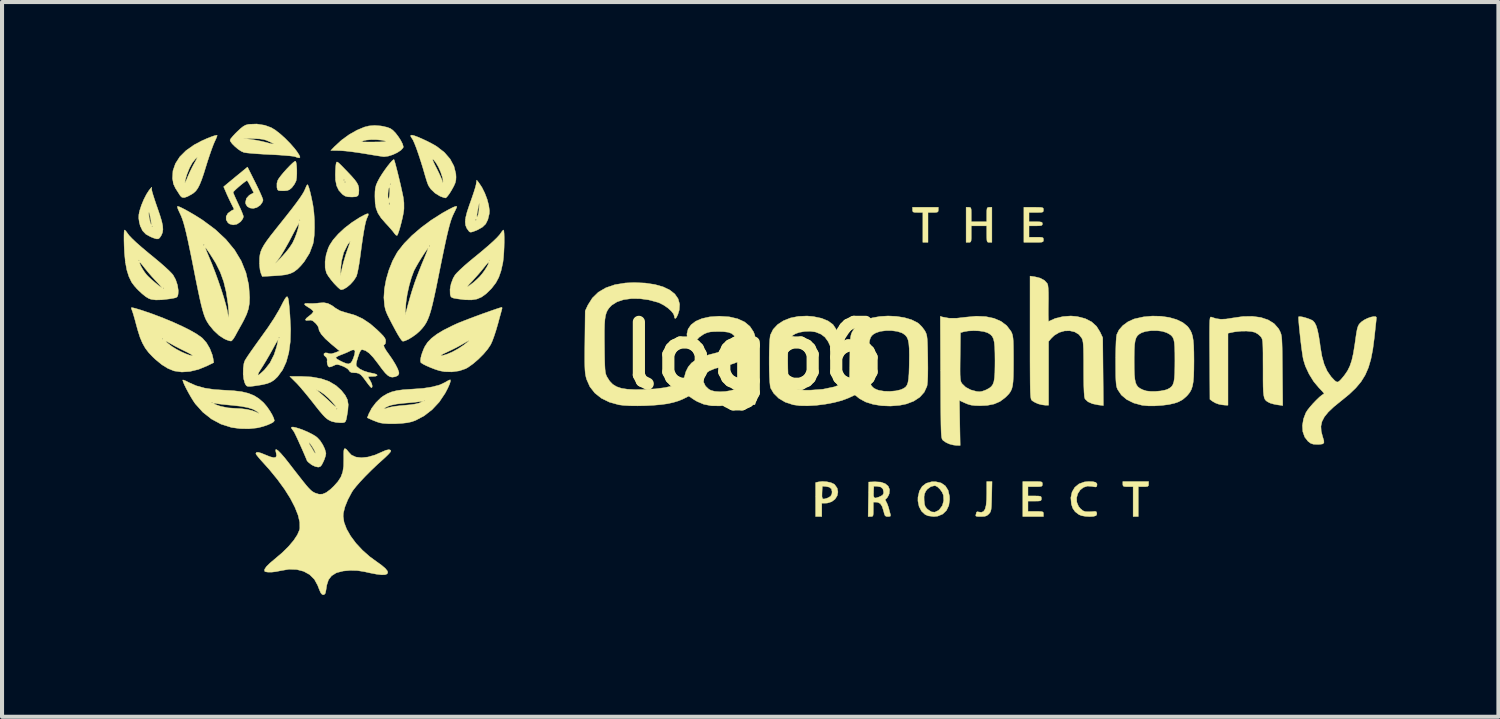
<source format=kicad_pcb>
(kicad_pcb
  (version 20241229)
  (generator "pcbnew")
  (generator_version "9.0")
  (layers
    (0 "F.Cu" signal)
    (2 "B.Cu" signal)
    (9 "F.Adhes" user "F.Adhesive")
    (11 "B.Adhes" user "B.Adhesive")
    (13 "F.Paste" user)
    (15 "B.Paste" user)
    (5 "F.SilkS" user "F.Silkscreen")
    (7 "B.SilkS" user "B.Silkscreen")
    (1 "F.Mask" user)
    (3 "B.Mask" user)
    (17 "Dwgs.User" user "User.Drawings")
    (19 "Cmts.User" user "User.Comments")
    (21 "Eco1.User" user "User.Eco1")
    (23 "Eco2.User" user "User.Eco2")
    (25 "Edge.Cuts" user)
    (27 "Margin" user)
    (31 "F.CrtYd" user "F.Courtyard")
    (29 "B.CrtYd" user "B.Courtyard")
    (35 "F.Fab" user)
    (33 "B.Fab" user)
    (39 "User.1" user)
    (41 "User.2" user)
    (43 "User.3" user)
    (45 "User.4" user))
  (footprint "logo6"
    (layer "F.Cu")
    (at 15.521 5.715)
    (property "Reference" "logo6" (at 0 0 0) (layer "F.SilkS") (effects (font (size 1.524 1.524) (thickness 0.3))))
    (attr through_hole)
    (fp_poly (pts (xy 4.547 -3.594) (xy 4.542 -3.556) (xy 4.521 -3.538) (xy 4.471 -3.531) (xy 4.42 -3.531) (xy 4.293 -3.531) (xy 4.293 -2.794) (xy 4.166 -2.794) (xy 4.166 -3.531) (xy 4.039 -3.531) (xy 3.963 -3.533) (xy 3.926 -3.543) (xy 3.913 -3.569) (xy 3.912 -3.594) (xy 3.912 -3.658) (xy 4.547 -3.658) (xy 4.547 -3.594)) (stroke (width 0.01) (type solid)) (fill yes) (layer "F.SilkS"))
    (fp_poly (pts (xy 9.728 3.162) (xy 9.724 3.2) (xy 9.703 3.219) (xy 9.652 3.225) (xy 9.601 3.226) (xy 9.474 3.226) (xy 9.474 3.962) (xy 9.347 3.962) (xy 9.347 3.226) (xy 9.22 3.226) (xy 9.145 3.224) (xy 9.107 3.213) (xy 9.094 3.188) (xy 9.093 3.162) (xy 9.093 3.099) (xy 9.728 3.099) (xy 9.728 3.162)) (stroke (width 0.01) (type solid)) (fill yes) (layer "F.SilkS"))
    (fp_poly (pts (xy 5.863 3.465) (xy 5.859 3.609) (xy 5.855 3.712) (xy 5.848 3.783) (xy 5.837 3.83) (xy 5.821 3.863) (xy 5.798 3.891) (xy 5.793 3.897) (xy 5.746 3.937) (xy 5.691 3.957) (xy 5.609 3.962) (xy 5.594 3.962) (xy 5.514 3.96) (xy 5.476 3.951) (xy 5.468 3.932) (xy 5.471 3.922) (xy 5.485 3.873) (xy 5.486 3.857) (xy 5.506 3.843) (xy 5.537 3.848) (xy 5.607 3.858) (xy 5.66 3.837) (xy 5.699 3.78) (xy 5.724 3.684) (xy 5.737 3.545) (xy 5.74 3.387) (xy 5.74 3.099) (xy 5.871 3.099) (xy 5.863 3.465)) (stroke (width 0.01) (type solid)) (fill yes) (layer "F.SilkS"))
    (fp_poly (pts (xy -11.289 -4.795) (xy -11.274 -4.755) (xy -11.264 -4.68) (xy -11.258 -4.584) (xy -11.258 -4.481) (xy -11.263 -4.388) (xy -11.274 -4.318) (xy -11.276 -4.309) (xy -11.316 -4.228) (xy -11.373 -4.151) (xy -11.383 -4.14) (xy -11.437 -4.094) (xy -11.492 -4.071) (xy -11.57 -4.064) (xy -11.596 -4.064) (xy -11.675 -4.066) (xy -11.717 -4.075) (xy -11.737 -4.101) (xy -11.748 -4.149) (xy -11.748 -4.25) (xy -11.728 -4.321) (xy -11.698 -4.372) (xy -11.645 -4.442) (xy -11.578 -4.523) (xy -11.503 -4.606) (xy -11.429 -4.683) (xy -11.364 -4.746) (xy -11.315 -4.786) (xy -11.289 -4.795) (xy -11.289 -4.795)) (stroke (width 0.01) (type solid)) (fill yes) (layer "F.SilkS"))
    (fp_poly (pts (xy 5.329 -3.655) (xy 5.348 -3.64) (xy 5.357 -3.601) (xy 5.359 -3.527) (xy 5.359 -3.48) (xy 5.359 -3.302) (xy 5.74 -3.302) (xy 5.74 -3.48) (xy 5.741 -3.573) (xy 5.747 -3.626) (xy 5.761 -3.65) (xy 5.787 -3.657) (xy 5.804 -3.658) (xy 5.867 -3.658) (xy 5.867 -2.794) (xy 5.804 -2.794) (xy 5.772 -2.796) (xy 5.754 -2.81) (xy 5.744 -2.845) (xy 5.741 -2.912) (xy 5.74 -2.997) (xy 5.74 -3.2) (xy 5.359 -3.2) (xy 5.359 -2.997) (xy 5.359 -2.896) (xy 5.355 -2.836) (xy 5.344 -2.806) (xy 5.323 -2.795) (xy 5.296 -2.794) (xy 5.232 -2.794) (xy 5.232 -3.658) (xy 5.296 -3.658) (xy 5.329 -3.655)) (stroke (width 0.01) (type solid)) (fill yes) (layer "F.SilkS"))
    (fp_poly (pts (xy 1.802 3.105) (xy 1.905 3.128) (xy 1.982 3.165) (xy 1.993 3.174) (xy 2.055 3.261) (xy 2.074 3.357) (xy 2.055 3.45) (xy 2.002 3.533) (xy 1.919 3.596) (xy 1.812 3.629) (xy 1.767 3.632) (xy 1.676 3.632) (xy 1.676 3.962) (xy 1.524 3.962) (xy 1.524 3.466) (xy 1.68 3.466) (xy 1.692 3.517) (xy 1.725 3.531) (xy 1.786 3.516) (xy 1.82 3.504) (xy 1.892 3.464) (xy 1.924 3.408) (xy 1.93 3.35) (xy 1.914 3.28) (xy 1.863 3.238) (xy 1.776 3.22) (xy 1.689 3.213) (xy 1.682 3.372) (xy 1.68 3.466) (xy 1.524 3.466) (xy 1.524 3.125) (xy 1.589 3.109) (xy 1.69 3.097) (xy 1.802 3.105)) (stroke (width 0.01) (type solid)) (fill yes) (layer "F.SilkS"))
    (fp_poly (pts (xy 6.982 3.099) (xy 7.053 3.102) (xy 7.092 3.11) (xy 7.108 3.126) (xy 7.112 3.152) (xy 7.112 3.162) (xy 7.109 3.195) (xy 7.094 3.214) (xy 7.055 3.223) (xy 6.982 3.226) (xy 6.934 3.226) (xy 6.756 3.226) (xy 6.756 3.454) (xy 6.921 3.454) (xy 7.01 3.456) (xy 7.06 3.462) (xy 7.081 3.478) (xy 7.087 3.508) (xy 7.087 3.518) (xy 7.084 3.552) (xy 7.067 3.571) (xy 7.026 3.579) (xy 6.948 3.581) (xy 6.921 3.581) (xy 6.756 3.581) (xy 6.756 3.835) (xy 6.947 3.835) (xy 7.044 3.836) (xy 7.101 3.841) (xy 7.128 3.853) (xy 7.137 3.877) (xy 7.137 3.899) (xy 7.137 3.962) (xy 6.629 3.962) (xy 6.629 3.099) (xy 6.871 3.099) (xy 6.982 3.099)) (stroke (width 0.01) (type solid)) (fill yes) (layer "F.SilkS"))
    (fp_poly (pts (xy 7.008 -3.657) (xy 7.078 -3.654) (xy 7.117 -3.646) (xy 7.134 -3.631) (xy 7.137 -3.605) (xy 7.137 -3.594) (xy 7.135 -3.561) (xy 7.12 -3.542) (xy 7.081 -3.533) (xy 7.007 -3.531) (xy 6.96 -3.531) (xy 6.782 -3.531) (xy 6.782 -3.302) (xy 6.947 -3.302) (xy 7.036 -3.3) (xy 7.086 -3.293) (xy 7.108 -3.277) (xy 7.112 -3.251) (xy 7.107 -3.224) (xy 7.084 -3.208) (xy 7.032 -3.202) (xy 6.947 -3.2) (xy 6.782 -3.2) (xy 6.782 -2.921) (xy 6.96 -2.921) (xy 7.052 -2.92) (xy 7.106 -2.915) (xy 7.13 -2.901) (xy 7.137 -2.874) (xy 7.137 -2.857) (xy 7.136 -2.828) (xy 7.124 -2.81) (xy 7.094 -2.799) (xy 7.034 -2.795) (xy 6.937 -2.794) (xy 6.896 -2.794) (xy 6.655 -2.794) (xy 6.655 -3.658) (xy 6.896 -3.658) (xy 7.008 -3.657)) (stroke (width 0.01) (type solid)) (fill yes) (layer "F.SilkS"))
    (fp_poly (pts (xy 8.358 3.103) (xy 8.424 3.119) (xy 8.454 3.149) (xy 8.458 3.173) (xy 8.451 3.218) (xy 8.423 3.234) (xy 8.363 3.225) (xy 8.337 3.219) (xy 8.223 3.211) (xy 8.123 3.243) (xy 8.041 3.308) (xy 7.984 3.396) (xy 7.955 3.498) (xy 7.959 3.605) (xy 8.001 3.709) (xy 8.047 3.766) (xy 8.107 3.817) (xy 8.167 3.84) (xy 8.248 3.844) (xy 8.328 3.841) (xy 8.39 3.836) (xy 8.406 3.833) (xy 8.439 3.843) (xy 8.453 3.88) (xy 8.446 3.922) (xy 8.429 3.94) (xy 8.369 3.958) (xy 8.278 3.963) (xy 8.176 3.957) (xy 8.082 3.941) (xy 8.014 3.915) (xy 8.014 3.915) (xy 7.918 3.842) (xy 7.859 3.757) (xy 7.826 3.657) (xy 7.812 3.498) (xy 7.842 3.358) (xy 7.909 3.243) (xy 8.012 3.158) (xy 8.145 3.109) (xy 8.25 3.099) (xy 8.358 3.103)) (stroke (width 0.01) (type solid)) (fill yes) (layer "F.SilkS"))
    (fp_poly (pts (xy -10.251 -4.769) (xy -10.216 -4.741) (xy -10.159 -4.686) (xy -10.076 -4.6) (xy -10.025 -4.548) (xy -9.913 -4.429) (xy -9.833 -4.338) (xy -9.78 -4.265) (xy -9.748 -4.203) (xy -9.732 -4.144) (xy -9.728 -4.079) (xy -9.728 -4.077) (xy -9.733 -3.99) (xy -9.754 -3.941) (xy -9.802 -3.918) (xy -9.888 -3.912) (xy -9.907 -3.912) (xy -10.001 -3.916) (xy -10.066 -3.933) (xy -10.124 -3.97) (xy -10.136 -3.98) (xy -10.223 -4.075) (xy -10.278 -4.19) (xy -10.295 -4.28) (xy -10.084 -4.28) (xy -10.071 -4.267) (xy -10.058 -4.28) (xy -10.071 -4.293) (xy -10.084 -4.28) (xy -10.295 -4.28) (xy -10.304 -4.331) (xy -10.109 -4.331) (xy -10.097 -4.318) (xy -10.084 -4.331) (xy -10.097 -4.343) (xy -10.109 -4.331) (xy -10.304 -4.331) (xy -10.305 -4.335) (xy -10.309 -4.458) (xy -10.306 -4.565) (xy -10.3 -4.661) (xy -10.292 -4.728) (xy -10.29 -4.734) (xy -10.283 -4.762) (xy -10.272 -4.775) (xy -10.251 -4.769)) (stroke (width 0.01) (type solid)) (fill yes) (layer "F.SilkS"))
    (fp_poly (pts (xy 4.62 3.136) (xy 4.721 3.207) (xy 4.789 3.315) (xy 4.822 3.46) (xy 4.826 3.537) (xy 4.806 3.688) (xy 4.748 3.811) (xy 4.656 3.9) (xy 4.535 3.951) (xy 4.435 3.962) (xy 4.297 3.944) (xy 4.221 3.911) (xy 4.133 3.829) (xy 4.073 3.714) (xy 4.045 3.578) (xy 4.046 3.488) (xy 4.05 3.472) (xy 4.196 3.472) (xy 4.198 3.566) (xy 4.207 3.657) (xy 4.226 3.717) (xy 4.263 3.765) (xy 4.289 3.788) (xy 4.377 3.846) (xy 4.461 3.854) (xy 4.546 3.813) (xy 4.573 3.791) (xy 4.646 3.693) (xy 4.68 3.571) (xy 4.673 3.437) (xy 4.672 3.435) (xy 4.641 3.361) (xy 4.588 3.288) (xy 4.527 3.23) (xy 4.469 3.201) (xy 4.459 3.2) (xy 4.363 3.224) (xy 4.277 3.286) (xy 4.24 3.333) (xy 4.209 3.398) (xy 4.196 3.472) (xy 4.05 3.472) (xy 4.081 3.334) (xy 4.15 3.219) (xy 4.25 3.142) (xy 4.38 3.105) (xy 4.487 3.104) (xy 4.62 3.136)) (stroke (width 0.01) (type solid)) (fill yes) (layer "F.SilkS"))
    (fp_poly (pts (xy -11.282 1.77) (xy -11.193 1.797) (xy -11.093 1.834) (xy -10.99 1.878) (xy -10.892 1.927) (xy -10.807 1.976) (xy -10.76 2.011) (xy -10.686 2.089) (xy -10.62 2.19) (xy -10.569 2.297) (xy -10.543 2.391) (xy -10.541 2.413) (xy -10.552 2.471) (xy -10.579 2.553) (xy -10.604 2.61) (xy -10.643 2.687) (xy -10.676 2.727) (xy -10.714 2.742) (xy -10.737 2.743) (xy -10.804 2.729) (xy -10.881 2.693) (xy -10.9 2.681) (xy -10.96 2.635) (xy -11 2.595) (xy -11.006 2.586) (xy -11.061 2.454) (xy -11.121 2.316) (xy -11.181 2.182) (xy -11.196 2.149) (xy -10.96 2.149) (xy -10.942 2.187) (xy -10.926 2.211) (xy -10.881 2.283) (xy -10.845 2.347) (xy -10.84 2.356) (xy -10.815 2.395) (xy -10.8 2.402) (xy -10.806 2.375) (xy -10.831 2.32) (xy -10.856 2.276) (xy -10.9 2.207) (xy -10.938 2.157) (xy -10.953 2.143) (xy -10.96 2.149) (xy -11.196 2.149) (xy -11.236 2.06) (xy -11.284 1.959) (xy -11.319 1.887) (xy -11.339 1.855) (xy -11.377 1.804) (xy -11.392 1.781) (xy -11.389 1.759) (xy -11.35 1.756) (xy -11.282 1.77)) (stroke (width 0.01) (type solid)) (fill yes) (layer "F.SilkS"))
    (fp_poly (pts (xy -9.185 -5.662) (xy -9.035 -5.63) (xy -8.953 -5.599) (xy -8.891 -5.555) (xy -8.823 -5.485) (xy -8.757 -5.398) (xy -8.698 -5.307) (xy -8.655 -5.223) (xy -8.635 -5.156) (xy -8.639 -5.125) (xy -8.693 -5.065) (xy -8.782 -5.006) (xy -8.89 -4.955) (xy -9.003 -4.919) (xy -9.105 -4.905) (xy -9.119 -4.905) (xy -9.155 -4.91) (xy -9.233 -4.922) (xy -9.343 -4.939) (xy -9.475 -4.961) (xy -9.588 -4.98) (xy -9.749 -5.005) (xy -9.908 -5.027) (xy -10.054 -5.044) (xy -10.171 -5.053) (xy -10.221 -5.055) (xy -10.421 -5.058) (xy -10.322 -5.16) (xy -10.194 -5.277) (xy -9.664 -5.277) (xy -9.655 -5.271) (xy -9.612 -5.268) (xy -9.53 -5.267) (xy -9.404 -5.267) (xy -9.364 -5.267) (xy -9.227 -5.268) (xy -9.129 -5.273) (xy -9.074 -5.279) (xy -9.066 -5.287) (xy -9.07 -5.289) (xy -9.165 -5.311) (xy -9.288 -5.323) (xy -9.42 -5.325) (xy -9.538 -5.315) (xy -9.601 -5.302) (xy -9.644 -5.287) (xy -9.664 -5.277) (xy -10.194 -5.277) (xy -10.154 -5.314) (xy -9.968 -5.449) (xy -9.776 -5.558) (xy -9.591 -5.635) (xy -9.484 -5.662) (xy -9.342 -5.674) (xy -9.185 -5.662)) (stroke (width 0.01) (type solid)) (fill yes) (layer "F.SilkS"))
    (fp_poly (pts (xy -6.775 -4.265) (xy -6.697 -4.148) (xy -6.627 -4.007) (xy -6.569 -3.855) (xy -6.53 -3.707) (xy -6.512 -3.575) (xy -6.516 -3.5) (xy -6.551 -3.355) (xy -6.604 -3.248) (xy -6.687 -3.168) (xy -6.806 -3.101) (xy -6.844 -3.085) (xy -6.923 -3.055) (xy -6.97 -3.044) (xy -6.999 -3.051) (xy -7.019 -3.07) (xy -7.07 -3.14) (xy -7.1 -3.214) (xy -7.109 -3.301) (xy -7.103 -3.353) (xy -6.858 -3.353) (xy -6.849 -3.332) (xy -6.841 -3.336) (xy -6.838 -3.366) (xy -6.841 -3.37) (xy -6.856 -3.366) (xy -6.858 -3.353) (xy -7.103 -3.353) (xy -7.097 -3.407) (xy -7.092 -3.428) (xy -6.824 -3.428) (xy -6.815 -3.424) (xy -6.805 -3.438) (xy -6.788 -3.488) (xy -6.774 -3.569) (xy -6.767 -3.641) (xy -6.763 -3.724) (xy -6.762 -3.759) (xy -6.767 -3.75) (xy -6.778 -3.7) (xy -6.782 -3.683) (xy -6.807 -3.554) (xy -6.821 -3.47) (xy -6.824 -3.428) (xy -7.092 -3.428) (xy -7.064 -3.54) (xy -7.008 -3.709) (xy -6.985 -3.772) (xy -6.938 -3.906) (xy -6.896 -4.031) (xy -6.863 -4.136) (xy -6.844 -4.209) (xy -6.841 -4.223) (xy -6.825 -4.327) (xy -6.775 -4.265)) (stroke (width 0.01) (type solid)) (fill yes) (layer "F.SilkS"))
    (fp_poly (pts (xy -14.834 -4.096) (xy -14.826 -4.053) (xy -14.803 -3.973) (xy -14.768 -3.863) (xy -14.725 -3.734) (xy -14.694 -3.646) (xy -14.631 -3.461) (xy -14.587 -3.315) (xy -14.563 -3.201) (xy -14.557 -3.11) (xy -14.568 -3.035) (xy -14.595 -2.97) (xy -14.605 -2.953) (xy -14.638 -2.904) (xy -14.671 -2.88) (xy -14.717 -2.879) (xy -14.787 -2.901) (xy -14.859 -2.93) (xy -14.977 -2.995) (xy -15.06 -3.082) (xy -15.109 -3.188) (xy -14.834 -3.188) (xy -14.821 -3.175) (xy -14.808 -3.188) (xy -14.821 -3.2) (xy -14.834 -3.188) (xy -15.109 -3.188) (xy -15.116 -3.202) (xy -15.139 -3.29) (xy -15.153 -3.388) (xy -15.15 -3.477) (xy -15.14 -3.523) (xy -14.907 -3.523) (xy -14.904 -3.468) (xy -14.893 -3.397) (xy -14.878 -3.324) (xy -14.861 -3.264) (xy -14.848 -3.234) (xy -14.843 -3.233) (xy -14.843 -3.261) (xy -14.852 -3.325) (xy -14.868 -3.411) (xy -14.869 -3.418) (xy -14.886 -3.493) (xy -14.899 -3.532) (xy -14.906 -3.53) (xy -14.907 -3.523) (xy -15.14 -3.523) (xy -15.128 -3.58) (xy -15.086 -3.71) (xy -15.028 -3.849) (xy -14.963 -3.977) (xy -14.898 -4.077) (xy -14.888 -4.089) (xy -14.835 -4.153) (xy -14.834 -4.096)) (stroke (width 0.01) (type solid)) (fill yes) (layer "F.SilkS"))
    (fp_poly (pts (xy 3.127 3.113) (xy 3.238 3.151) (xy 3.312 3.213) (xy 3.347 3.296) (xy 3.338 3.396) (xy 3.319 3.443) (xy 3.285 3.5) (xy 3.254 3.529) (xy 3.249 3.531) (xy 3.238 3.548) (xy 3.259 3.59) (xy 3.29 3.652) (xy 3.32 3.736) (xy 3.327 3.761) (xy 3.347 3.84) (xy 3.365 3.903) (xy 3.369 3.918) (xy 3.368 3.95) (xy 3.331 3.962) (xy 3.306 3.962) (xy 3.262 3.958) (xy 3.234 3.938) (xy 3.215 3.888) (xy 3.2 3.829) (xy 3.164 3.714) (xy 3.118 3.643) (xy 3.057 3.611) (xy 3.019 3.607) (xy 2.946 3.607) (xy 2.946 3.785) (xy 2.945 3.877) (xy 2.94 3.931) (xy 2.926 3.955) (xy 2.9 3.962) (xy 2.882 3.962) (xy 2.818 3.962) (xy 2.825 3.537) (xy 2.827 3.449) (xy 2.951 3.449) (xy 2.966 3.496) (xy 3.006 3.505) (xy 3.079 3.482) (xy 3.112 3.468) (xy 3.173 3.435) (xy 3.197 3.393) (xy 3.2 3.357) (xy 3.182 3.279) (xy 3.127 3.233) (xy 3.042 3.217) (xy 2.959 3.213) (xy 2.951 3.359) (xy 2.951 3.449) (xy 2.827 3.449) (xy 2.832 3.111) (xy 2.985 3.105) (xy 3.127 3.113)) (stroke (width 0.01) (type solid)) (fill yes) (layer "F.SilkS"))
    (fp_poly (pts (xy -13.22 -5.431) (xy -13.226 -5.405) (xy -13.249 -5.347) (xy -13.285 -5.27) (xy -13.317 -5.194) (xy -13.359 -5.081) (xy -13.407 -4.943) (xy -13.457 -4.792) (xy -13.49 -4.686) (xy -13.551 -4.489) (xy -13.604 -4.334) (xy -13.652 -4.216) (xy -13.698 -4.127) (xy -13.746 -4.061) (xy -13.799 -4.012) (xy -13.85 -3.978) (xy -13.956 -3.921) (xy -14.032 -3.896) (xy -14.087 -3.903) (xy -14.127 -3.939) (xy -14.137 -3.954) (xy -14.18 -4.022) (xy -14.232 -4.103) (xy -14.246 -4.123) (xy -14.297 -4.232) (xy -14.303 -4.27) (xy -14.018 -4.27) (xy -14.012 -4.266) (xy -13.988 -4.309) (xy -13.949 -4.401) (xy -13.947 -4.407) (xy -13.894 -4.527) (xy -13.83 -4.657) (xy -13.78 -4.75) (xy -13.734 -4.832) (xy -13.713 -4.875) (xy -13.714 -4.885) (xy -13.737 -4.867) (xy -13.754 -4.851) (xy -13.831 -4.757) (xy -13.903 -4.625) (xy -13.966 -4.467) (xy -13.98 -4.421) (xy -14.008 -4.322) (xy -14.018 -4.27) (xy -14.303 -4.27) (xy -14.321 -4.368) (xy -14.321 -4.372) (xy -14.31 -4.557) (xy -14.249 -4.734) (xy -14.142 -4.901) (xy -13.988 -5.055) (xy -13.79 -5.195) (xy -13.605 -5.293) (xy -13.483 -5.348) (xy -13.375 -5.391) (xy -13.289 -5.421) (xy -13.234 -5.433) (xy -13.22 -5.431)) (stroke (width 0.01) (type solid)) (fill yes) (layer "F.SilkS"))
    (fp_poly (pts (xy -11.17 0.508) (xy -10.896 0.522) (xy -10.661 0.564) (xy -10.461 0.634) (xy -10.291 0.736) (xy -10.162 0.853) (xy -10.067 0.972) (xy -10.011 1.083) (xy -9.991 1.202) (xy -10.001 1.346) (xy -10.007 1.384) (xy -10.027 1.502) (xy -10.043 1.579) (xy -10.063 1.624) (xy -10.091 1.644) (xy -10.134 1.65) (xy -10.193 1.65) (xy -10.291 1.642) (xy -10.383 1.622) (xy -10.414 1.611) (xy -10.465 1.586) (xy -10.512 1.556) (xy -10.561 1.514) (xy -10.618 1.454) (xy -10.689 1.371) (xy -10.74 1.308) (xy -10.287 1.308) (xy -10.274 1.321) (xy -10.262 1.308) (xy -10.274 1.295) (xy -10.287 1.308) (xy -10.74 1.308) (xy -10.78 1.258) (xy -10.88 1.13) (xy -10.98 1.005) (xy -11.082 0.881) (xy -11.123 0.833) (xy -10.782 0.833) (xy -10.668 0.93) (xy -10.585 1.003) (xy -10.49 1.089) (xy -10.427 1.148) (xy -10.347 1.222) (xy -10.302 1.261) (xy -10.289 1.264) (xy -10.309 1.233) (xy -10.314 1.226) (xy -10.393 1.131) (xy -10.487 1.036) (xy -10.582 0.952) (xy -10.664 0.894) (xy -10.681 0.884) (xy -10.782 0.833) (xy -11.123 0.833) (xy -11.177 0.769) (xy -11.256 0.682) (xy -11.284 0.654) (xy -11.431 0.508) (xy -11.17 0.508)) (stroke (width 0.01) (type solid)) (fill yes) (layer "F.SilkS"))
    (fp_poly (pts (xy -12.048 -5.679) (xy -11.889 -5.621) (xy -11.788 -5.56) (xy -11.669 -5.467) (xy -11.543 -5.354) (xy -11.42 -5.229) (xy -11.311 -5.104) (xy -11.255 -5.03) (xy -11.199 -4.944) (xy -11.179 -4.894) (xy -11.195 -4.875) (xy -11.248 -4.885) (xy -11.303 -4.906) (xy -11.347 -4.915) (xy -11.433 -4.925) (xy -11.552 -4.935) (xy -11.697 -4.946) (xy -11.859 -4.955) (xy -11.913 -4.957) (xy -12.081 -4.966) (xy -12.238 -4.976) (xy -12.375 -4.987) (xy -12.482 -4.997) (xy -12.55 -5.007) (xy -12.56 -5.009) (xy -12.627 -5.038) (xy -12.706 -5.091) (xy -12.784 -5.157) (xy -12.851 -5.224) (xy -12.894 -5.283) (xy -12.903 -5.314) (xy -12.886 -5.347) (xy -12.878 -5.356) (xy -12.586 -5.356) (xy -12.395 -5.332) (xy -12.267 -5.312) (xy -12.128 -5.284) (xy -12.027 -5.26) (xy -11.914 -5.23) (xy -11.849 -5.216) (xy -11.828 -5.217) (xy -11.852 -5.235) (xy -11.917 -5.268) (xy -11.938 -5.278) (xy -12.015 -5.311) (xy -12.089 -5.331) (xy -12.177 -5.343) (xy -12.296 -5.349) (xy -12.332 -5.35) (xy -12.586 -5.356) (xy -12.878 -5.356) (xy -12.839 -5.404) (xy -12.772 -5.477) (xy -12.73 -5.518) (xy -12.642 -5.6) (xy -12.576 -5.652) (xy -12.519 -5.683) (xy -12.459 -5.699) (xy -12.436 -5.703) (xy -12.244 -5.71) (xy -12.048 -5.679)) (stroke (width 0.01) (type solid)) (fill yes) (layer "F.SilkS"))
    (fp_poly (pts (xy -12.282 -4.268) (xy -12.218 -4.138) (xy -12.163 -4.02) (xy -12.121 -3.924) (xy -12.096 -3.858) (xy -12.09 -3.834) (xy -12.108 -3.783) (xy -12.15 -3.722) (xy -12.165 -3.706) (xy -12.245 -3.652) (xy -12.332 -3.63) (xy -12.414 -3.641) (xy -12.48 -3.679) (xy -12.518 -3.744) (xy -12.522 -3.782) (xy -12.499 -3.879) (xy -12.43 -3.954) (xy -12.394 -3.976) (xy -12.319 -4.015) (xy -12.396 -4.166) (xy -12.436 -4.243) (xy -12.468 -4.297) (xy -12.485 -4.318) (xy -12.515 -4.302) (xy -12.569 -4.262) (xy -12.638 -4.207) (xy -12.709 -4.146) (xy -12.772 -4.089) (xy -12.814 -4.046) (xy -12.827 -4.028) (xy -12.816 -3.995) (xy -12.787 -3.927) (xy -12.745 -3.834) (xy -12.7 -3.737) (xy -12.649 -3.628) (xy -12.608 -3.531) (xy -12.581 -3.459) (xy -12.573 -3.424) (xy -12.59 -3.375) (xy -12.633 -3.316) (xy -12.647 -3.3) (xy -12.733 -3.242) (xy -12.826 -3.224) (xy -12.914 -3.247) (xy -12.954 -3.277) (xy -12.999 -3.352) (xy -12.999 -3.433) (xy -12.956 -3.509) (xy -12.877 -3.569) (xy -12.802 -3.608) (xy -12.875 -3.754) (xy -12.926 -3.859) (xy -12.978 -3.971) (xy -13.004 -4.032) (xy -13.061 -4.164) (xy -12.989 -4.225) (xy -12.939 -4.266) (xy -12.862 -4.33) (xy -12.769 -4.407) (xy -12.694 -4.468) (xy -12.473 -4.65) (xy -12.282 -4.268)) (stroke (width 0.01) (type solid)) (fill yes) (layer "F.SilkS"))
    (fp_poly (pts (xy -9.497 -3.497) (xy -9.496 -3.469) (xy -9.52 -3.413) (xy -9.522 -3.409) (xy -9.542 -3.36) (xy -9.563 -3.29) (xy -9.584 -3.194) (xy -9.607 -3.068) (xy -9.633 -2.907) (xy -9.662 -2.706) (xy -9.695 -2.459) (xy -9.702 -2.408) (xy -9.722 -2.269) (xy -9.745 -2.14) (xy -9.767 -2.036) (xy -9.787 -1.965) (xy -9.793 -1.951) (xy -9.856 -1.853) (xy -9.938 -1.761) (xy -10.027 -1.686) (xy -10.112 -1.638) (xy -10.167 -1.626) (xy -10.199 -1.644) (xy -10.253 -1.692) (xy -10.32 -1.761) (xy -10.347 -1.79) (xy -10.419 -1.877) (xy -10.482 -1.963) (xy -10.485 -1.968) (xy -10.186 -1.968) (xy -10.138 -2.184) (xy -10.103 -2.32) (xy -10.059 -2.47) (xy -10.014 -2.604) (xy -10.012 -2.61) (xy -9.979 -2.703) (xy -9.954 -2.775) (xy -9.943 -2.815) (xy -9.942 -2.819) (xy -9.96 -2.8) (xy -9.994 -2.752) (xy -10.013 -2.724) (xy -10.103 -2.543) (xy -10.158 -2.326) (xy -10.174 -2.172) (xy -10.186 -1.968) (xy -10.485 -1.968) (xy -10.523 -2.031) (xy -10.529 -2.043) (xy -10.56 -2.169) (xy -10.561 -2.322) (xy -10.536 -2.486) (xy -10.485 -2.647) (xy -10.453 -2.718) (xy -10.364 -2.855) (xy -10.237 -3) (xy -10.08 -3.146) (xy -9.902 -3.283) (xy -9.713 -3.405) (xy -9.694 -3.415) (xy -9.591 -3.47) (xy -9.527 -3.498) (xy -9.497 -3.497)) (stroke (width 0.01) (type solid)) (fill yes) (layer "F.SilkS"))
    (fp_poly (pts (xy -8.37 -5.424) (xy -8.286 -5.393) (xy -8.18 -5.348) (xy -8.064 -5.294) (xy -7.951 -5.237) (xy -7.85 -5.181) (xy -7.807 -5.154) (xy -7.622 -5.01) (xy -7.482 -4.848) (xy -7.387 -4.672) (xy -7.34 -4.484) (xy -7.335 -4.403) (xy -7.339 -4.328) (xy -7.355 -4.259) (xy -7.39 -4.18) (xy -7.445 -4.08) (xy -7.499 -3.993) (xy -7.549 -3.927) (xy -7.585 -3.891) (xy -7.595 -3.888) (xy -7.64 -3.898) (xy -7.709 -3.923) (xy -7.734 -3.934) (xy -7.853 -4.007) (xy -7.956 -4.106) (xy -8.013 -4.19) (xy -8.036 -4.245) (xy -8.065 -4.332) (xy -8.096 -4.434) (xy -8.101 -4.452) (xy -8.153 -4.631) (xy -8.208 -4.807) (xy -8.216 -4.832) (xy -7.913 -4.832) (xy -7.897 -4.789) (xy -7.86 -4.709) (xy -7.81 -4.611) (xy -7.756 -4.501) (xy -7.712 -4.405) (xy -7.682 -4.334) (xy -7.671 -4.298) (xy -7.664 -4.271) (xy -7.656 -4.273) (xy -7.654 -4.304) (xy -7.664 -4.366) (xy -7.672 -4.398) (xy -7.714 -4.527) (xy -7.77 -4.652) (xy -7.832 -4.758) (xy -7.886 -4.825) (xy -7.909 -4.842) (xy -7.913 -4.832) (xy -8.216 -4.832) (xy -8.262 -4.971) (xy -8.312 -5.114) (xy -8.357 -5.229) (xy -8.392 -5.308) (xy -8.406 -5.333) (xy -8.446 -5.394) (xy -8.455 -5.425) (xy -8.433 -5.435) (xy -8.422 -5.436) (xy -8.37 -5.424)) (stroke (width 0.01) (type solid)) (fill yes) (layer "F.SilkS"))
    (fp_poly (pts (xy -15.305 -1.184) (xy -15.239 -1.168) (xy -15.147 -1.141) (xy -15.07 -1.117) (xy -14.803 -1.025) (xy -14.544 -0.926) (xy -14.301 -0.825) (xy -14.079 -0.724) (xy -13.884 -0.626) (xy -13.724 -0.534) (xy -13.606 -0.451) (xy -13.583 -0.432) (xy -13.485 -0.321) (xy -13.401 -0.177) (xy -13.341 -0.022) (xy -13.321 0.066) (xy -13.305 0.168) (xy -13.467 0.248) (xy -13.681 0.336) (xy -13.893 0.387) (xy -14.092 0.401) (xy -14.27 0.376) (xy -14.293 0.37) (xy -14.438 0.31) (xy -14.583 0.22) (xy -14.738 0.093) (xy -14.805 0.03) (xy -14.907 -0.077) (xy -14.99 -0.186) (xy -15.058 -0.306) (xy -15.081 -0.36) (xy -14.486 -0.36) (xy -14.477 -0.344) (xy -14.44 -0.31) (xy -14.377 -0.261) (xy -14.317 -0.217) (xy -14.218 -0.157) (xy -14.106 -0.098) (xy -13.995 -0.049) (xy -13.899 -0.014) (xy -13.831 -0.001) (xy -13.83 -0.001) (xy -13.831 -0.011) (xy -13.871 -0.038) (xy -13.943 -0.078) (xy -14.034 -0.123) (xy -14.151 -0.181) (xy -14.265 -0.24) (xy -14.358 -0.292) (xy -14.402 -0.317) (xy -14.462 -0.352) (xy -14.486 -0.36) (xy -15.081 -0.36) (xy -15.106 -0.419) (xy -14.58 -0.419) (xy -14.567 -0.406) (xy -14.554 -0.419) (xy -14.567 -0.432) (xy -14.58 -0.419) (xy -15.106 -0.419) (xy -15.119 -0.448) (xy -15.175 -0.624) (xy -15.217 -0.775) (xy -15.249 -0.896) (xy -15.28 -1.003) (xy -15.305 -1.083) (xy -15.321 -1.126) (xy -15.321 -1.126) (xy -15.336 -1.169) (xy -15.333 -1.186) (xy -15.305 -1.184)) (stroke (width 0.01) (type solid)) (fill yes) (layer "F.SilkS"))
    (fp_poly (pts (xy -7.475 0.594) (xy -7.473 0.629) (xy -7.495 0.7) (xy -7.539 0.799) (xy -7.601 0.918) (xy -7.608 0.929) (xy -7.75 1.141) (xy -7.924 1.327) (xy -8.12 1.479) (xy -8.33 1.591) (xy -8.427 1.626) (xy -8.537 1.65) (xy -8.679 1.666) (xy -8.836 1.675) (xy -8.991 1.675) (xy -9.127 1.666) (xy -9.207 1.653) (xy -9.277 1.631) (xy -9.365 1.597) (xy -9.403 1.581) (xy -9.522 1.528) (xy -9.483 1.428) (xy -9.416 1.301) (xy -9.114 1.301) (xy -9.103 1.307) (xy -9.048 1.293) (xy -9.011 1.28) (xy -8.941 1.263) (xy -8.836 1.245) (xy -8.711 1.23) (xy -8.611 1.221) (xy -8.464 1.207) (xy -8.341 1.189) (xy -8.253 1.168) (xy -8.23 1.159) (xy -8.141 1.117) (xy -8.23 1.131) (xy -8.292 1.139) (xy -8.389 1.149) (xy -8.508 1.16) (xy -8.603 1.168) (xy -8.795 1.189) (xy -8.939 1.219) (xy -9.003 1.241) (xy -9.08 1.279) (xy -9.114 1.301) (xy -9.416 1.301) (xy -9.411 1.291) (xy -9.307 1.154) (xy -9.257 1.105) (xy -8.128 1.105) (xy -8.115 1.118) (xy -8.103 1.105) (xy -8.115 1.092) (xy -8.128 1.105) (xy -9.257 1.105) (xy -9.188 1.037) (xy -9.134 0.997) (xy -9.03 0.935) (xy -8.919 0.89) (xy -8.792 0.858) (xy -8.637 0.837) (xy -8.444 0.824) (xy -8.41 0.822) (xy -8.145 0.803) (xy -7.919 0.767) (xy -7.734 0.717) (xy -7.595 0.651) (xy -7.587 0.645) (xy -7.526 0.61) (xy -7.484 0.593) (xy -7.475 0.594)) (stroke (width 0.01) (type solid)) (fill yes) (layer "F.SilkS"))
    (fp_poly (pts (xy -6.2 -1.174) (xy -6.205 -1.149) (xy -6.216 -1.109) (xy -6.237 -1.031) (xy -6.267 -0.924) (xy -6.3 -0.799) (xy -6.31 -0.765) (xy -6.351 -0.624) (xy -6.396 -0.487) (xy -6.44 -0.367) (xy -6.479 -0.28) (xy -6.482 -0.274) (xy -6.556 -0.163) (xy -6.661 -0.039) (xy -6.785 0.085) (xy -6.915 0.197) (xy -7.039 0.285) (xy -7.097 0.318) (xy -7.255 0.372) (xy -7.436 0.397) (xy -7.62 0.392) (xy -7.745 0.368) (xy -7.848 0.335) (xy -7.957 0.293) (xy -8.06 0.249) (xy -8.144 0.207) (xy -8.196 0.173) (xy -8.203 0.167) (xy -8.212 0.122) (xy -8.202 0.044) (xy -8.189 -0.002) (xy -7.71 -0.002) (xy -7.675 -0.005) (xy -7.593 -0.027) (xy -7.551 -0.041) (xy -7.424 -0.095) (xy -7.282 -0.173) (xy -7.145 -0.264) (xy -7.061 -0.33) (xy -7.024 -0.364) (xy -7.017 -0.375) (xy -7.046 -0.362) (xy -7.112 -0.323) (xy -7.15 -0.301) (xy -7.261 -0.238) (xy -7.394 -0.169) (xy -7.523 -0.107) (xy -7.544 -0.097) (xy -7.645 -0.049) (xy -7.7 -0.017) (xy -7.71 -0.002) (xy -8.189 -0.002) (xy -8.175 -0.054) (xy -8.135 -0.16) (xy -8.104 -0.226) (xy -8.035 -0.332) (xy -7.937 -0.433) (xy -7.805 -0.533) (xy -7.635 -0.635) (xy -7.421 -0.742) (xy -7.301 -0.797) (xy -7.221 -0.83) (xy -7.111 -0.873) (xy -6.981 -0.923) (xy -6.839 -0.976) (xy -6.693 -1.03) (xy -6.551 -1.08) (xy -6.424 -1.125) (xy -6.318 -1.161) (xy -6.242 -1.185) (xy -6.205 -1.194) (xy -6.205 -1.194) (xy -6.2 -1.174)) (stroke (width 0.01) (type solid)) (fill yes) (layer "F.SilkS"))
    (fp_poly (pts (xy 12.496 -0.943) (xy 12.675 -0.883) (xy 12.82 -0.792) (xy 12.927 -0.671) (xy 12.957 -0.618) (xy 12.973 -0.584) (xy 12.986 -0.55) (xy 12.997 -0.512) (xy 13.005 -0.462) (xy 13.011 -0.396) (xy 13.015 -0.307) (xy 13.019 -0.19) (xy 13.021 -0.04) (xy 13.023 0.151) (xy 13.025 0.365) (xy 13.033 1.226) (xy 12.901 1.209) (xy 12.809 1.191) (xy 12.726 1.167) (xy 12.698 1.154) (xy 12.655 1.131) (xy 12.622 1.107) (xy 12.596 1.076) (xy 12.577 1.031) (xy 12.564 0.968) (xy 12.555 0.88) (xy 12.55 0.761) (xy 12.548 0.606) (xy 12.548 0.409) (xy 12.548 0.303) (xy 12.547 0.095) (xy 12.547 -0.068) (xy 12.545 -0.192) (xy 12.542 -0.284) (xy 12.537 -0.349) (xy 12.53 -0.395) (xy 12.519 -0.427) (xy 12.506 -0.451) (xy 12.493 -0.47) (xy 12.428 -0.53) (xy 12.354 -0.575) (xy 12.264 -0.597) (xy 12.142 -0.608) (xy 12.005 -0.606) (xy 11.868 -0.592) (xy 11.812 -0.582) (xy 11.684 -0.555) (xy 11.684 1.219) (xy 11.614 1.217) (xy 11.538 1.209) (xy 11.459 1.194) (xy 11.376 1.164) (xy 11.306 1.124) (xy 11.239 1.074) (xy 11.233 0.052) (xy 11.231 -0.203) (xy 11.23 -0.412) (xy 11.23 -0.578) (xy 11.231 -0.708) (xy 11.233 -0.805) (xy 11.236 -0.873) (xy 11.241 -0.918) (xy 11.248 -0.943) (xy 11.256 -0.954) (xy 11.266 -0.955) (xy 11.271 -0.954) (xy 11.392 -0.915) (xy 11.509 -0.899) (xy 11.638 -0.905) (xy 11.789 -0.929) (xy 12.05 -0.967) (xy 12.287 -0.971) (xy 12.496 -0.943)) (stroke (width 0.01) (type solid)) (fill yes) (layer "F.SilkS"))
    (fp_poly (pts (xy -11.474 -1.421) (xy -11.459 -1.344) (xy -11.446 -1.221) (xy -11.432 -1.051) (xy -11.428 -1.006) (xy -11.41 -0.657) (xy -11.419 -0.349) (xy -11.455 -0.08) (xy -11.518 0.151) (xy -11.608 0.347) (xy -11.727 0.51) (xy -11.727 0.511) (xy -11.807 0.589) (xy -11.89 0.645) (xy -11.988 0.685) (xy -12.117 0.715) (xy -12.192 0.727) (xy -12.319 0.746) (xy -12.406 0.756) (xy -12.462 0.755) (xy -12.496 0.742) (xy -12.518 0.714) (xy -12.539 0.671) (xy -12.541 0.667) (xy -12.568 0.567) (xy -12.578 0.461) (xy -12.217 0.461) (xy -12.212 0.479) (xy -12.175 0.457) (xy -12.106 0.396) (xy -12.05 0.342) (xy -11.92 0.177) (xy -11.817 -0.029) (xy -11.757 -0.215) (xy -11.736 -0.302) (xy -11.722 -0.367) (xy -11.717 -0.397) (xy -11.717 -0.398) (xy -11.731 -0.379) (xy -11.764 -0.324) (xy -11.81 -0.242) (xy -11.862 -0.146) (xy -11.935 -0.016) (xy -12.016 0.123) (xy -12.093 0.249) (xy -12.131 0.308) (xy -12.191 0.404) (xy -12.217 0.461) (xy -12.578 0.461) (xy -12.58 0.441) (xy -12.577 0.308) (xy -12.561 0.189) (xy -12.541 0.127) (xy -12.514 0.081) (xy -12.463 0.002) (xy -12.39 -0.104) (xy -12.302 -0.229) (xy -12.204 -0.366) (xy -12.156 -0.432) (xy -12.147 -0.445) (xy -11.709 -0.445) (xy -11.697 -0.432) (xy -11.684 -0.445) (xy -11.697 -0.457) (xy -11.709 -0.445) (xy -12.147 -0.445) (xy -11.971 -0.691) (xy -11.816 -0.925) (xy -11.694 -1.131) (xy -11.654 -1.206) (xy -11.595 -1.322) (xy -11.549 -1.403) (xy -11.516 -1.448) (xy -11.492 -1.455) (xy -11.474 -1.421)) (stroke (width 0.01) (type solid)) (fill yes) (layer "F.SilkS"))
    (fp_poly (pts (xy 6.926 -1.946) (xy 7.058 -1.913) (xy 7.164 -1.855) (xy 7.232 -1.78) (xy 7.234 -1.777) (xy 7.247 -1.735) (xy 7.255 -1.663) (xy 7.26 -1.556) (xy 7.261 -1.408) (xy 7.259 -1.276) (xy 7.257 -1.134) (xy 7.257 -1.012) (xy 7.259 -0.918) (xy 7.261 -0.861) (xy 7.264 -0.846) (xy 7.426 -0.919) (xy 7.614 -0.965) (xy 7.811 -0.98) (xy 7.969 -0.966) (xy 8.167 -0.915) (xy 8.324 -0.835) (xy 8.446 -0.724) (xy 8.531 -0.587) (xy 8.598 -0.445) (xy 8.606 0.391) (xy 8.614 1.227) (xy 8.485 1.211) (xy 8.345 1.182) (xy 8.236 1.134) (xy 8.168 1.071) (xy 8.157 1.052) (xy 8.146 1) (xy 8.138 0.898) (xy 8.132 0.745) (xy 8.129 0.542) (xy 8.128 0.323) (xy 8.128 0.117) (xy 8.126 -0.044) (xy 8.124 -0.168) (xy 8.119 -0.26) (xy 8.113 -0.327) (xy 8.104 -0.375) (xy 8.092 -0.412) (xy 8.084 -0.431) (xy 8.01 -0.526) (xy 7.907 -0.588) (xy 7.786 -0.616) (xy 7.655 -0.612) (xy 7.525 -0.574) (xy 7.406 -0.503) (xy 7.331 -0.431) (xy 7.264 -0.352) (xy 7.264 1.219) (xy 7.182 1.218) (xy 7.101 1.208) (xy 7.013 1.186) (xy 7.002 1.182) (xy 6.926 1.148) (xy 6.864 1.11) (xy 6.856 1.103) (xy 6.846 1.093) (xy 6.837 1.078) (xy 6.83 1.054) (xy 6.824 1.019) (xy 6.819 0.968) (xy 6.815 0.897) (xy 6.812 0.803) (xy 6.81 0.68) (xy 6.809 0.526) (xy 6.808 0.337) (xy 6.807 0.108) (xy 6.807 -0.164) (xy 6.807 -0.452) (xy 6.807 -1.963) (xy 6.926 -1.946)) (stroke (width 0.01) (type solid)) (fill yes) (layer "F.SilkS"))
    (fp_poly (pts (xy -14.04 0.601) (xy -13.982 0.626) (xy -13.914 0.661) (xy -13.737 0.739) (xy -13.532 0.796) (xy -13.294 0.832) (xy -13.049 0.848) (xy -12.811 0.862) (xy -12.614 0.886) (xy -12.452 0.925) (xy -12.315 0.98) (xy -12.196 1.054) (xy -12.086 1.149) (xy -12.066 1.17) (xy -11.995 1.254) (xy -11.926 1.353) (xy -11.867 1.452) (xy -11.826 1.54) (xy -11.811 1.601) (xy -11.834 1.631) (xy -11.896 1.668) (xy -11.986 1.707) (xy -12.093 1.743) (xy -12.207 1.772) (xy -12.24 1.778) (xy -12.439 1.799) (xy -12.656 1.795) (xy -12.864 1.767) (xy -12.874 1.764) (xy -13.127 1.684) (xy -13.362 1.558) (xy -13.575 1.389) (xy -13.755 1.188) (xy -13.765 1.174) (xy -13.309 1.174) (xy -13.287 1.19) (xy -13.229 1.214) (xy -13.142 1.244) (xy -12.957 1.283) (xy -12.78 1.296) (xy -12.632 1.303) (xy -12.487 1.322) (xy -12.359 1.351) (xy -12.265 1.386) (xy -12.255 1.391) (xy -12.205 1.418) (xy -12.195 1.415) (xy -12.227 1.383) (xy -12.243 1.371) (xy -12.334 1.319) (xy -12.465 1.277) (xy -12.64 1.244) (xy -12.852 1.221) (xy -12.978 1.209) (xy -13.092 1.197) (xy -13.182 1.186) (xy -13.227 1.179) (xy -13.29 1.169) (xy -13.309 1.174) (xy -13.765 1.174) (xy -13.778 1.156) (xy -13.36 1.156) (xy -13.348 1.168) (xy -13.335 1.156) (xy -13.348 1.143) (xy -13.36 1.156) (xy -13.778 1.156) (xy -13.808 1.112) (xy -13.867 1.017) (xy -13.926 0.913) (xy -13.981 0.81) (xy -14.027 0.717) (xy -14.057 0.645) (xy -14.069 0.602) (xy -14.067 0.596) (xy -14.04 0.601)) (stroke (width 0.01) (type solid)) (fill yes) (layer "F.SilkS"))
    (fp_poly (pts (xy -8.864 -4.834) (xy -8.853 -4.804) (xy -8.832 -4.732) (xy -8.805 -4.63) (xy -8.773 -4.505) (xy -8.739 -4.366) (xy -8.705 -4.223) (xy -8.674 -4.085) (xy -8.647 -3.96) (xy -8.635 -3.9) (xy -8.619 -3.771) (xy -8.618 -3.633) (xy -8.621 -3.589) (xy -8.634 -3.503) (xy -8.656 -3.395) (xy -8.684 -3.278) (xy -8.714 -3.165) (xy -8.744 -3.066) (xy -8.77 -2.994) (xy -8.786 -2.964) (xy -8.812 -2.969) (xy -8.848 -3.007) (xy -8.853 -3.015) (xy -8.891 -3.065) (xy -8.954 -3.139) (xy -9.03 -3.224) (xy -9.068 -3.264) (xy -9.182 -3.395) (xy -9.26 -3.515) (xy -9.307 -3.638) (xy -9.324 -3.749) (xy -8.99 -3.749) (xy -8.985 -3.716) (xy -8.976 -3.715) (xy -8.97 -3.749) (xy -8.974 -3.764) (xy -8.986 -3.774) (xy -8.99 -3.749) (xy -9.324 -3.749) (xy -9.329 -3.78) (xy -9.334 -3.924) (xy -9.334 -3.95) (xy -9.013 -3.95) (xy -9.011 -3.879) (xy -9.004 -3.856) (xy -8.992 -3.873) (xy -8.979 -3.929) (xy -8.971 -4.01) (xy -8.97 -4.051) (xy -8.972 -4.122) (xy -8.979 -4.145) (xy -8.992 -4.128) (xy -9.005 -4.072) (xy -9.012 -3.991) (xy -9.013 -3.95) (xy -9.334 -3.95) (xy -9.332 -4.043) (xy -9.323 -4.13) (xy -9.304 -4.203) (xy -9.293 -4.229) (xy -8.966 -4.229) (xy -8.954 -4.216) (xy -8.941 -4.229) (xy -8.954 -4.242) (xy -8.966 -4.229) (xy -9.293 -4.229) (xy -9.272 -4.28) (xy -9.261 -4.301) (xy -9.217 -4.383) (xy -9.158 -4.478) (xy -9.091 -4.576) (xy -9.023 -4.669) (xy -8.96 -4.748) (xy -8.908 -4.806) (xy -8.873 -4.834) (xy -8.864 -4.834)) (stroke (width 0.01) (type solid)) (fill yes) (layer "F.SilkS"))
    (fp_poly (pts (xy -6.157 -3.075) (xy -6.151 -3.011) (xy -6.148 -2.916) (xy -6.148 -2.799) (xy -6.151 -2.672) (xy -6.157 -2.544) (xy -6.166 -2.425) (xy -6.177 -2.325) (xy -6.183 -2.286) (xy -6.227 -2.09) (xy -6.282 -1.932) (xy -6.355 -1.796) (xy -6.453 -1.669) (xy -6.481 -1.638) (xy -6.597 -1.525) (xy -6.707 -1.446) (xy -6.822 -1.397) (xy -6.953 -1.376) (xy -7.11 -1.379) (xy -7.303 -1.403) (xy -7.307 -1.404) (xy -7.393 -1.419) (xy -7.441 -1.436) (xy -7.465 -1.462) (xy -7.478 -1.506) (xy -7.48 -1.516) (xy -7.483 -1.638) (xy -7.471 -1.701) (xy -7.059 -1.701) (xy -7.045 -1.705) (xy -7.005 -1.731) (xy -6.985 -1.745) (xy -6.904 -1.807) (xy -6.814 -1.888) (xy -6.752 -1.949) (xy -6.69 -2.022) (xy -6.63 -2.104) (xy -6.579 -2.184) (xy -6.544 -2.251) (xy -6.531 -2.293) (xy -6.534 -2.301) (xy -6.553 -2.287) (xy -6.593 -2.242) (xy -6.644 -2.178) (xy -6.707 -2.099) (xy -6.791 -2.001) (xy -6.883 -1.899) (xy -6.921 -1.856) (xy -7 -1.773) (xy -7.045 -1.722) (xy -7.059 -1.701) (xy -7.471 -1.701) (xy -7.457 -1.776) (xy -7.406 -1.91) (xy -7.358 -1.992) (xy -7.311 -2.045) (xy -7.233 -2.122) (xy -7.132 -2.215) (xy -7.016 -2.315) (xy -6.974 -2.349) (xy -6.528 -2.349) (xy -6.515 -2.337) (xy -6.502 -2.349) (xy -6.515 -2.362) (xy -6.528 -2.349) (xy -6.974 -2.349) (xy -6.923 -2.392) (xy -6.718 -2.56) (xy -6.552 -2.701) (xy -6.422 -2.817) (xy -6.326 -2.91) (xy -6.26 -2.983) (xy -6.23 -3.026) (xy -6.195 -3.075) (xy -6.168 -3.099) (xy -6.167 -3.099) (xy -6.157 -3.075)) (stroke (width 0.01) (type solid)) (fill yes) (layer "F.SilkS"))
    (fp_poly (pts (xy -10.979 -4.193) (xy -10.956 -4.128) (xy -10.929 -4.03) (xy -10.901 -3.909) (xy -10.873 -3.773) (xy -10.859 -3.699) (xy -10.837 -3.529) (xy -10.824 -3.342) (xy -10.822 -3.153) (xy -10.828 -2.977) (xy -10.845 -2.827) (xy -10.859 -2.757) (xy -10.944 -2.529) (xy -11.076 -2.318) (xy -11.158 -2.22) (xy -11.245 -2.132) (xy -11.33 -2.068) (xy -11.424 -2.024) (xy -11.538 -1.995) (xy -11.683 -1.978) (xy -11.801 -1.97) (xy -12.109 -1.953) (xy -12.144 -2.037) (xy -12.163 -2.11) (xy -12.175 -2.217) (xy -12.177 -2.273) (xy -11.79 -2.273) (xy -11.616 -2.451) (xy -11.527 -2.551) (xy -11.441 -2.66) (xy -11.374 -2.761) (xy -11.357 -2.79) (xy -11.31 -2.893) (xy -11.265 -3.01) (xy -11.229 -3.125) (xy -11.207 -3.222) (xy -11.203 -3.264) (xy -11.214 -3.251) (xy -11.244 -3.2) (xy -11.289 -3.118) (xy -11.346 -3.011) (xy -11.389 -2.928) (xy -11.462 -2.79) (xy -11.537 -2.656) (xy -11.607 -2.537) (xy -11.664 -2.446) (xy -11.683 -2.42) (xy -11.79 -2.273) (xy -12.177 -2.273) (xy -12.178 -2.324) (xy -12.176 -2.412) (xy -12.166 -2.49) (xy -12.147 -2.565) (xy -12.114 -2.643) (xy -12.065 -2.731) (xy -11.995 -2.835) (xy -11.901 -2.961) (xy -11.78 -3.114) (xy -11.68 -3.24) (xy -11.6 -3.34) (xy -11.201 -3.34) (xy -11.189 -3.327) (xy -11.176 -3.34) (xy -11.189 -3.353) (xy -11.201 -3.34) (xy -11.6 -3.34) (xy -11.515 -3.447) (xy -11.379 -3.62) (xy -11.271 -3.763) (xy -11.187 -3.879) (xy -11.124 -3.973) (xy -11.08 -4.048) (xy -11.052 -4.109) (xy -11.047 -4.121) (xy -11.022 -4.181) (xy -11.001 -4.214) (xy -10.996 -4.216) (xy -10.979 -4.193)) (stroke (width 0.01) (type solid)) (fill yes) (layer "F.SilkS"))
    (fp_poly (pts (xy -15.475 -3.079) (xy -15.44 -3.031) (xy -15.436 -3.026) (xy -15.393 -2.967) (xy -15.32 -2.89) (xy -15.216 -2.791) (xy -15.078 -2.67) (xy -14.902 -2.522) (xy -14.743 -2.392) (xy -14.622 -2.291) (xy -14.509 -2.192) (xy -14.412 -2.102) (xy -14.341 -2.03) (xy -14.308 -1.992) (xy -14.243 -1.874) (xy -14.198 -1.739) (xy -14.178 -1.606) (xy -14.183 -1.519) (xy -14.193 -1.475) (xy -14.21 -1.447) (xy -14.245 -1.429) (xy -14.31 -1.415) (xy -14.396 -1.401) (xy -14.583 -1.379) (xy -14.731 -1.375) (xy -14.845 -1.39) (xy -14.904 -1.41) (xy -14.98 -1.456) (xy -15.073 -1.531) (xy -15.17 -1.622) (xy -15.208 -1.664) (xy -14.554 -1.664) (xy -14.541 -1.651) (xy -14.529 -1.664) (xy -14.541 -1.676) (xy -14.554 -1.664) (xy -15.208 -1.664) (xy -15.257 -1.717) (xy -15.322 -1.803) (xy -15.33 -1.816) (xy -15.396 -1.953) (xy -15.446 -2.112) (xy -15.481 -2.302) (xy -15.131 -2.302) (xy -15.128 -2.272) (xy -15.103 -2.214) (xy -15.061 -2.14) (xy -15.011 -2.063) (xy -14.958 -1.995) (xy -14.954 -1.99) (xy -14.906 -1.941) (xy -14.839 -1.879) (xy -14.763 -1.813) (xy -14.689 -1.751) (xy -14.627 -1.703) (xy -14.589 -1.678) (xy -14.583 -1.676) (xy -14.595 -1.693) (xy -14.635 -1.739) (xy -14.696 -1.806) (xy -14.739 -1.852) (xy -14.829 -1.95) (xy -14.92 -2.056) (xy -14.996 -2.149) (xy -15.013 -2.17) (xy -15.067 -2.239) (xy -15.109 -2.286) (xy -15.13 -2.302) (xy -15.131 -2.302) (xy -15.481 -2.302) (xy -15.482 -2.302) (xy -15.486 -2.349) (xy -15.164 -2.349) (xy -15.151 -2.337) (xy -15.138 -2.349) (xy -15.151 -2.362) (xy -15.164 -2.349) (xy -15.486 -2.349) (xy -15.504 -2.529) (xy -15.512 -2.699) (xy -15.516 -2.847) (xy -15.516 -2.966) (xy -15.513 -3.051) (xy -15.506 -3.095) (xy -15.503 -3.099) (xy -15.475 -3.079)) (stroke (width 0.01) (type solid)) (fill yes) (layer "F.SilkS"))
    (fp_poly (pts (xy -14.151 -3.669) (xy -14.075 -3.634) (xy -13.975 -3.581) (xy -13.859 -3.515) (xy -13.737 -3.442) (xy -13.618 -3.367) (xy -13.576 -3.34) (xy -13.266 -3.11) (xy -13.005 -2.866) (xy -12.792 -2.608) (xy -12.627 -2.334) (xy -12.511 -2.045) (xy -12.442 -1.741) (xy -12.421 -1.438) (xy -12.427 -1.289) (xy -12.45 -1.156) (xy -12.494 -1.024) (xy -12.564 -0.877) (xy -12.612 -0.787) (xy -12.671 -0.682) (xy -12.729 -0.578) (xy -12.774 -0.494) (xy -12.78 -0.483) (xy -12.822 -0.416) (xy -12.861 -0.371) (xy -12.878 -0.362) (xy -12.92 -0.368) (xy -12.99 -0.393) (xy -13.047 -0.419) (xy -13.176 -0.503) (xy -13.304 -0.622) (xy -13.418 -0.761) (xy -13.468 -0.839) (xy -13.498 -0.894) (xy -13.526 -0.959) (xy -13.554 -1.039) (xy -13.583 -1.138) (xy -13.615 -1.262) (xy -13.65 -1.415) (xy -13.69 -1.603) (xy -13.737 -1.831) (xy -13.791 -2.104) (xy -13.793 -2.116) (xy -13.85 -2.403) (xy -13.9 -2.646) (xy -13.902 -2.656) (xy -13.511 -2.656) (xy -13.497 -2.614) (xy -13.463 -2.532) (xy -13.433 -2.461) (xy -13.35 -2.262) (xy -13.268 -2.051) (xy -13.191 -1.838) (xy -13.12 -1.63) (xy -13.058 -1.435) (xy -13.008 -1.261) (xy -12.972 -1.116) (xy -12.953 -1.007) (xy -12.951 -0.983) (xy -12.947 -0.947) (xy -12.94 -0.96) (xy -12.936 -0.974) (xy -12.934 -1.019) (xy -12.937 -1.1) (xy -12.946 -1.205) (xy -12.953 -1.276) (xy -12.998 -1.569) (xy -13.06 -1.826) (xy -13.144 -2.059) (xy -13.254 -2.28) (xy -13.34 -2.419) (xy -13.419 -2.541) (xy -13.474 -2.621) (xy -13.504 -2.659) (xy -13.511 -2.656) (xy -13.902 -2.656) (xy -13.918 -2.731) (xy -13.564 -2.731) (xy -13.551 -2.718) (xy -13.538 -2.731) (xy -13.551 -2.743) (xy -13.564 -2.731) (xy -13.918 -2.731) (xy -13.943 -2.849) (xy -13.981 -3.017) (xy -14.015 -3.155) (xy -14.046 -3.268) (xy -14.076 -3.362) (xy -14.106 -3.441) (xy -14.138 -3.51) (xy -14.146 -3.526) (xy -14.187 -3.616) (xy -14.201 -3.669) (xy -14.193 -3.683) (xy -14.151 -3.669)) (stroke (width 0.01) (type solid)) (fill yes) (layer "F.SilkS"))
    (fp_poly (pts (xy -7.32 -3.68) (xy -7.315 -3.67) (xy -7.326 -3.642) (xy -7.354 -3.582) (xy -7.392 -3.504) (xy -7.418 -3.448) (xy -7.444 -3.383) (xy -7.47 -3.306) (xy -7.497 -3.212) (xy -7.527 -3.096) (xy -7.561 -2.954) (xy -7.599 -2.781) (xy -7.643 -2.573) (xy -7.694 -2.326) (xy -7.753 -2.034) (xy -7.772 -1.938) (xy -7.826 -1.671) (xy -7.874 -1.448) (xy -7.916 -1.265) (xy -7.955 -1.114) (xy -7.993 -0.992) (xy -8.032 -0.892) (xy -8.073 -0.809) (xy -8.119 -0.738) (xy -8.172 -0.672) (xy -8.231 -0.608) (xy -8.312 -0.536) (xy -8.409 -0.466) (xy -8.506 -0.407) (xy -8.592 -0.368) (xy -8.646 -0.356) (xy -8.673 -0.377) (xy -8.716 -0.437) (xy -8.771 -0.527) (xy -8.828 -0.629) (xy -8.91 -0.783) (xy -8.971 -0.901) (xy -9.015 -0.99) (xy -9.021 -1.003) (xy -8.587 -1.003) (xy -8.512 -1.283) (xy -8.47 -1.432) (xy -8.42 -1.599) (xy -8.369 -1.755) (xy -8.347 -1.82) (xy -8.298 -1.953) (xy -8.237 -2.111) (xy -8.174 -2.27) (xy -8.129 -2.377) (xy -8.084 -2.486) (xy -8.049 -2.574) (xy -8.027 -2.632) (xy -8.023 -2.653) (xy -8.024 -2.652) (xy -8.067 -2.597) (xy -8.126 -2.51) (xy -8.193 -2.405) (xy -8.261 -2.294) (xy -8.32 -2.191) (xy -8.364 -2.109) (xy -8.373 -2.091) (xy -8.435 -1.924) (xy -8.491 -1.727) (xy -8.537 -1.519) (xy -8.567 -1.322) (xy -8.574 -1.233) (xy -8.587 -1.003) (xy -9.021 -1.003) (xy -9.046 -1.057) (xy -9.067 -1.112) (xy -9.081 -1.162) (xy -9.092 -1.215) (xy -9.097 -1.239) (xy -9.113 -1.432) (xy -9.099 -1.65) (xy -9.056 -1.881) (xy -8.988 -2.114) (xy -8.899 -2.337) (xy -8.791 -2.536) (xy -8.762 -2.579) (xy -8.662 -2.705) (xy -8.001 -2.705) (xy -7.988 -2.692) (xy -7.976 -2.705) (xy -7.988 -2.718) (xy -8.001 -2.705) (xy -8.662 -2.705) (xy -8.612 -2.768) (xy -8.421 -2.963) (xy -8.197 -3.155) (xy -7.948 -3.34) (xy -7.682 -3.509) (xy -7.628 -3.54) (xy -7.498 -3.612) (xy -7.406 -3.658) (xy -7.348 -3.68) (xy -7.32 -3.68)) (stroke (width 0.01) (type solid)) (fill yes) (layer "F.SilkS"))
    (fp_poly (pts (xy 5.714 -0.965) (xy 5.919 -0.922) (xy 6.093 -0.847) (xy 6.233 -0.741) (xy 6.335 -0.606) (xy 6.353 -0.572) (xy 6.368 -0.534) (xy 6.379 -0.49) (xy 6.388 -0.433) (xy 6.394 -0.355) (xy 6.397 -0.251) (xy 6.399 -0.111) (xy 6.4 0.07) (xy 6.4 0.127) (xy 6.399 0.338) (xy 6.396 0.505) (xy 6.389 0.636) (xy 6.377 0.737) (xy 6.357 0.816) (xy 6.328 0.879) (xy 6.289 0.935) (xy 6.238 0.989) (xy 6.193 1.032) (xy 6.066 1.127) (xy 5.922 1.189) (xy 5.751 1.223) (xy 5.575 1.231) (xy 5.45 1.227) (xy 5.357 1.216) (xy 5.278 1.194) (xy 5.207 1.165) (xy 5.067 1.101) (xy 5.076 1.655) (xy 5.086 2.21) (xy 5 2.209) (xy 4.918 2.199) (xy 4.828 2.176) (xy 4.816 2.172) (xy 4.737 2.136) (xy 4.672 2.092) (xy 4.663 2.084) (xy 4.652 2.072) (xy 4.643 2.057) (xy 4.635 2.036) (xy 4.628 2.003) (xy 4.623 1.957) (xy 4.618 1.892) (xy 4.615 1.804) (xy 4.612 1.69) (xy 4.61 1.545) (xy 4.608 1.366) (xy 4.606 1.149) (xy 4.605 0.89) (xy 4.603 0.584) (xy 4.603 0.53) (xy 4.602 0.356) (xy 5.083 0.356) (xy 5.084 0.464) (xy 5.088 0.542) (xy 5.094 0.596) (xy 5.103 0.634) (xy 5.116 0.663) (xy 5.132 0.688) (xy 5.222 0.775) (xy 5.347 0.841) (xy 5.492 0.88) (xy 5.564 0.886) (xy 5.624 0.877) (xy 5.704 0.849) (xy 5.741 0.832) (xy 5.806 0.796) (xy 5.855 0.756) (xy 5.891 0.705) (xy 5.916 0.637) (xy 5.931 0.544) (xy 5.94 0.418) (xy 5.943 0.254) (xy 5.944 0.127) (xy 5.942 -0.067) (xy 5.937 -0.217) (xy 5.926 -0.33) (xy 5.907 -0.413) (xy 5.879 -0.473) (xy 5.839 -0.518) (xy 5.786 -0.553) (xy 5.753 -0.57) (xy 5.666 -0.597) (xy 5.548 -0.613) (xy 5.415 -0.618) (xy 5.285 -0.611) (xy 5.176 -0.593) (xy 5.169 -0.59) (xy 5.093 -0.568) (xy 5.086 0.023) (xy 5.084 0.211) (xy 5.083 0.356) (xy 4.602 0.356) (xy 4.596 -0.971) (xy 4.654 -0.954) (xy 4.807 -0.926) (xy 5.001 -0.925) (xy 5.228 -0.951) (xy 5.482 -0.975) (xy 5.714 -0.965)) (stroke (width 0.01) (type solid)) (fill yes) (layer "F.SilkS"))
    (fp_poly (pts (xy 10.034 -0.973) (xy 10.236 -0.944) (xy 10.417 -0.892) (xy 10.569 -0.819) (xy 10.685 -0.726) (xy 10.708 -0.698) (xy 10.752 -0.633) (xy 10.786 -0.564) (xy 10.811 -0.482) (xy 10.828 -0.38) (xy 10.839 -0.25) (xy 10.844 -0.086) (xy 10.846 0.122) (xy 10.846 0.126) (xy 10.844 0.339) (xy 10.839 0.508) (xy 10.828 0.641) (xy 10.809 0.746) (xy 10.782 0.83) (xy 10.744 0.9) (xy 10.694 0.964) (xy 10.656 1.004) (xy 10.567 1.08) (xy 10.466 1.135) (xy 10.372 1.168) (xy 10.234 1.2) (xy 10.066 1.222) (xy 9.887 1.234) (xy 9.717 1.234) (xy 9.574 1.221) (xy 9.564 1.219) (xy 9.361 1.164) (xy 9.19 1.079) (xy 9.057 0.967) (xy 8.966 0.832) (xy 8.963 0.826) (xy 8.947 0.786) (xy 8.936 0.74) (xy 8.928 0.679) (xy 8.922 0.597) (xy 8.918 0.486) (xy 8.917 0.338) (xy 8.916 0.152) (xy 8.916 0.121) (xy 9.373 0.121) (xy 9.374 0.315) (xy 9.379 0.465) (xy 9.39 0.578) (xy 9.407 0.661) (xy 9.432 0.721) (xy 9.466 0.766) (xy 9.512 0.802) (xy 9.512 0.802) (xy 9.586 0.839) (xy 9.67 0.866) (xy 9.673 0.867) (xy 9.776 0.878) (xy 9.9 0.878) (xy 10.026 0.867) (xy 10.134 0.846) (xy 10.192 0.827) (xy 10.25 0.795) (xy 10.295 0.759) (xy 10.327 0.71) (xy 10.35 0.642) (xy 10.364 0.549) (xy 10.372 0.423) (xy 10.375 0.258) (xy 10.376 0.122) (xy 10.375 -0.067) (xy 10.371 -0.212) (xy 10.363 -0.321) (xy 10.347 -0.401) (xy 10.321 -0.459) (xy 10.284 -0.502) (xy 10.234 -0.537) (xy 10.171 -0.57) (xy 10.067 -0.603) (xy 9.935 -0.619) (xy 9.792 -0.618) (xy 9.66 -0.601) (xy 9.56 -0.569) (xy 9.5 -0.535) (xy 9.454 -0.495) (xy 9.421 -0.443) (xy 9.398 -0.371) (xy 9.383 -0.271) (xy 9.376 -0.138) (xy 9.373 0.035) (xy 9.373 0.121) (xy 8.916 0.121) (xy 8.917 -0.039) (xy 8.921 -0.209) (xy 8.926 -0.35) (xy 8.934 -0.456) (xy 8.943 -0.518) (xy 8.943 -0.521) (xy 8.999 -0.637) (xy 9.095 -0.746) (xy 9.221 -0.838) (xy 9.366 -0.904) (xy 9.39 -0.911) (xy 9.603 -0.958) (xy 9.821 -0.978) (xy 10.034 -0.973)) (stroke (width 0.01) (type solid)) (fill yes) (layer "F.SilkS"))
    (fp_poly (pts (xy 15.326 -0.963) (xy 15.342 -0.944) (xy 15.339 -0.913) (xy 15.332 -0.839) (xy 15.32 -0.732) (xy 15.306 -0.599) (xy 15.29 -0.448) (xy 15.289 -0.442) (xy 15.252 -0.158) (xy 15.205 0.084) (xy 15.144 0.292) (xy 15.065 0.474) (xy 14.963 0.639) (xy 14.833 0.794) (xy 14.672 0.948) (xy 14.475 1.109) (xy 14.469 1.113) (xy 14.29 1.259) (xy 14.154 1.388) (xy 14.058 1.507) (xy 13.999 1.622) (xy 13.974 1.737) (xy 13.981 1.86) (xy 14.016 1.995) (xy 14.02 2.006) (xy 14.046 2.093) (xy 14.047 2.146) (xy 14.015 2.173) (xy 13.944 2.183) (xy 13.876 2.184) (xy 13.786 2.179) (xy 13.722 2.157) (xy 13.658 2.109) (xy 13.657 2.109) (xy 13.575 2.004) (xy 13.528 1.871) (xy 13.518 1.719) (xy 13.545 1.556) (xy 13.602 1.406) (xy 13.642 1.342) (xy 13.705 1.262) (xy 13.781 1.175) (xy 13.862 1.091) (xy 13.939 1.017) (xy 14.004 0.964) (xy 14.047 0.94) (xy 14.051 0.94) (xy 14.046 0.923) (xy 14.011 0.88) (xy 13.952 0.817) (xy 13.921 0.785) (xy 13.795 0.634) (xy 13.682 0.451) (xy 13.591 0.256) (xy 13.541 0.095) (xy 13.529 0.031) (xy 13.514 -0.067) (xy 13.497 -0.189) (xy 13.48 -0.326) (xy 13.464 -0.469) (xy 13.449 -0.61) (xy 13.436 -0.738) (xy 13.427 -0.845) (xy 13.422 -0.922) (xy 13.423 -0.959) (xy 13.424 -0.961) (xy 13.458 -0.965) (xy 13.524 -0.955) (xy 13.605 -0.933) (xy 13.687 -0.905) (xy 13.753 -0.876) (xy 13.778 -0.86) (xy 13.82 -0.813) (xy 13.857 -0.74) (xy 13.889 -0.635) (xy 13.919 -0.493) (xy 13.948 -0.308) (xy 13.957 -0.233) (xy 13.998 0.01) (xy 14.054 0.211) (xy 14.129 0.379) (xy 14.226 0.519) (xy 14.309 0.607) (xy 14.349 0.639) (xy 14.383 0.648) (xy 14.421 0.63) (xy 14.47 0.582) (xy 14.54 0.498) (xy 14.557 0.476) (xy 14.628 0.373) (xy 14.686 0.256) (xy 14.733 0.117) (xy 14.772 -0.054) (xy 14.806 -0.265) (xy 14.809 -0.282) (xy 14.832 -0.446) (xy 14.85 -0.568) (xy 14.867 -0.655) (xy 14.885 -0.717) (xy 14.905 -0.76) (xy 14.93 -0.794) (xy 14.964 -0.826) (xy 14.975 -0.837) (xy 15.042 -0.883) (xy 15.122 -0.923) (xy 15.204 -0.952) (xy 15.276 -0.966) (xy 15.326 -0.963)) (stroke (width 0.01) (type solid)) (fill yes) (layer "F.SilkS"))
    (fp_poly (pts (xy -10.036 2.306) (xy -9.995 2.355) (xy -9.991 2.362) (xy -9.914 2.445) (xy -9.803 2.496) (xy -9.665 2.512) (xy -9.505 2.495) (xy -9.328 2.444) (xy -9.164 2.372) (xy -9.062 2.328) (xy -8.988 2.313) (xy -8.947 2.327) (xy -8.941 2.348) (xy -8.959 2.379) (xy -9.008 2.434) (xy -9.079 2.503) (xy -9.125 2.545) (xy -9.274 2.679) (xy -9.423 2.821) (xy -9.564 2.962) (xy -9.691 3.097) (xy -9.796 3.217) (xy -9.874 3.316) (xy -9.902 3.359) (xy -10.002 3.548) (xy -10.073 3.724) (xy -10.111 3.879) (xy -10.116 3.953) (xy -10.094 4.104) (xy -10.031 4.27) (xy -9.932 4.443) (xy -9.801 4.619) (xy -9.643 4.789) (xy -9.464 4.948) (xy -9.309 5.061) (xy -9.17 5.161) (xy -9.076 5.241) (xy -9.026 5.304) (xy -9.017 5.336) (xy -9.033 5.374) (xy -9.082 5.394) (xy -9.167 5.397) (xy -9.292 5.382) (xy -9.46 5.35) (xy -9.588 5.321) (xy -9.762 5.293) (xy -9.943 5.288) (xy -10.115 5.304) (xy -10.262 5.341) (xy -10.293 5.353) (xy -10.403 5.423) (xy -10.477 5.52) (xy -10.52 5.651) (xy -10.526 5.692) (xy -10.539 5.773) (xy -10.552 5.837) (xy -10.557 5.855) (xy -10.59 5.889) (xy -10.633 5.882) (xy -10.666 5.845) (xy -10.689 5.796) (xy -10.721 5.718) (xy -10.744 5.657) (xy -10.825 5.509) (xy -10.941 5.393) (xy -11.088 5.312) (xy -11.259 5.267) (xy -11.449 5.26) (xy -11.653 5.295) (xy -11.659 5.296) (xy -11.766 5.318) (xy -11.872 5.331) (xy -11.964 5.332) (xy -12.03 5.322) (xy -12.053 5.307) (xy -12.052 5.263) (xy -12.008 5.196) (xy -11.918 5.107) (xy -11.805 5.012) (xy -11.619 4.854) (xy -11.461 4.698) (xy -11.335 4.549) (xy -11.244 4.411) (xy -11.192 4.29) (xy -11.184 4.25) (xy -11.186 4.102) (xy -11.227 3.928) (xy -11.305 3.732) (xy -11.416 3.517) (xy -11.559 3.289) (xy -11.733 3.05) (xy -11.933 2.805) (xy -12.063 2.66) (xy -12.143 2.572) (xy -12.208 2.496) (xy -12.252 2.44) (xy -12.268 2.414) (xy -12.255 2.383) (xy -12.213 2.378) (xy -12.137 2.399) (xy -12.039 2.439) (xy -11.914 2.489) (xy -11.828 2.51) (xy -11.777 2.501) (xy -11.758 2.462) (xy -11.768 2.391) (xy -11.774 2.369) (xy -11.782 2.318) (xy -11.763 2.309) (xy -11.718 2.339) (xy -11.649 2.409) (xy -11.556 2.516) (xy -11.452 2.648) (xy -11.31 2.832) (xy -11.194 2.98) (xy -11.102 3.097) (xy -11.03 3.186) (xy -10.973 3.252) (xy -10.927 3.299) (xy -10.89 3.333) (xy -10.856 3.356) (xy -10.823 3.374) (xy -10.803 3.383) (xy -10.711 3.412) (xy -10.624 3.409) (xy -10.534 3.371) (xy -10.434 3.296) (xy -10.348 3.215) (xy -10.244 3.099) (xy -10.172 2.987) (xy -10.127 2.865) (xy -10.105 2.72) (xy -10.102 2.54) (xy -10.102 2.534) (xy -10.103 2.416) (xy -10.1 2.341) (xy -10.091 2.3) (xy -10.075 2.286) (xy -10.072 2.286) (xy -10.036 2.306)) (stroke (width 0.01) (type solid)) (fill yes) (layer "F.SilkS"))
    (fp_poly (pts (xy -10.493 -1.289) (xy -10.393 -1.238) (xy -10.306 -1.174) (xy -10.195 -1.109) (xy -10.042 -1.06) (xy -10.024 -1.056) (xy -9.818 -0.996) (xy -9.632 -0.909) (xy -9.453 -0.789) (xy -9.286 -0.645) (xy -9.19 -0.552) (xy -9.126 -0.485) (xy -9.089 -0.434) (xy -9.071 -0.393) (xy -9.068 -0.359) (xy -9.075 -0.304) (xy -9.092 -0.279) (xy -9.093 -0.279) (xy -9.117 -0.262) (xy -9.105 -0.211) (xy -9.055 -0.125) (xy -9.005 -0.055) (xy -8.906 0.087) (xy -8.827 0.216) (xy -8.772 0.324) (xy -8.744 0.405) (xy -8.742 0.437) (xy -8.763 0.482) (xy -8.819 0.512) (xy -8.846 0.519) (xy -8.905 0.528) (xy -8.959 0.518) (xy -9.014 0.486) (xy -9.077 0.427) (xy -9.153 0.334) (xy -9.249 0.204) (xy -9.258 0.192) (xy -9.374 0.042) (xy -9.475 -0.064) (xy -9.565 -0.127) (xy -9.646 -0.151) (xy -9.654 -0.151) (xy -9.683 -0.132) (xy -9.716 -0.069) (xy -9.753 0.037) (xy -9.783 0.136) (xy -9.796 0.2) (xy -9.794 0.24) (xy -9.778 0.267) (xy -9.709 0.324) (xy -9.606 0.375) (xy -9.486 0.413) (xy -9.42 0.426) (xy -9.332 0.445) (xy -9.284 0.467) (xy -9.279 0.488) (xy -9.318 0.504) (xy -9.383 0.508) (xy -9.452 0.51) (xy -9.494 0.516) (xy -9.5 0.52) (xy -9.488 0.548) (xy -9.458 0.6) (xy -9.449 0.615) (xy -9.413 0.688) (xy -9.399 0.748) (xy -9.408 0.783) (xy -9.42 0.787) (xy -9.444 0.768) (xy -9.487 0.717) (xy -9.541 0.645) (xy -9.545 0.639) (xy -9.619 0.539) (xy -9.676 0.474) (xy -9.727 0.438) (xy -9.783 0.422) (xy -9.84 0.419) (xy -9.913 0.413) (xy -9.953 0.389) (xy -9.969 0.363) (xy -10.011 0.318) (xy -10.092 0.271) (xy -10.13 0.255) (xy -10.211 0.226) (xy -10.264 0.216) (xy -10.308 0.224) (xy -10.345 0.241) (xy -10.407 0.268) (xy -10.454 0.279) (xy -10.456 0.279) (xy -10.486 0.257) (xy -10.507 0.204) (xy -10.514 0.139) (xy -10.509 0.105) (xy -10.519 0.054) (xy -10.519 0.053) (xy -10.298 0.053) (xy -10.262 0.084) (xy -10.196 0.122) (xy -10.117 0.161) (xy -10.042 0.19) (xy -9.989 0.202) (xy -9.931 0.179) (xy -9.897 0.133) (xy -9.865 0.06) (xy -9.837 -0.025) (xy -9.834 -0.033) (xy -9.824 -0.109) (xy -9.844 -0.145) (xy -9.897 -0.141) (xy -9.949 -0.117) (xy -10.013 -0.086) (xy -10.101 -0.049) (xy -10.167 -0.024) (xy -10.241 0.007) (xy -10.288 0.036) (xy -10.298 0.053) (xy -10.519 0.053) (xy -10.544 0.029) (xy -10.588 -0.013) (xy -10.59 -0.05) (xy -10.559 -0.071) (xy -10.503 -0.068) (xy -10.469 -0.054) (xy -10.408 -0.048) (xy -10.316 -0.075) (xy -10.205 -0.118) (xy -10.41 -0.289) (xy -10.555 -0.419) (xy -10.654 -0.53) (xy -10.708 -0.622) (xy -10.719 -0.677) (xy -10.736 -0.724) (xy -10.78 -0.784) (xy -10.803 -0.808) (xy -10.863 -0.859) (xy -10.912 -0.878) (xy -10.968 -0.873) (xy -11.029 -0.869) (xy -11.047 -0.887) (xy -11.022 -0.925) (xy -10.955 -0.98) (xy -10.948 -0.984) (xy -10.89 -1.032) (xy -10.856 -1.076) (xy -10.853 -1.092) (xy -10.877 -1.126) (xy -10.932 -1.168) (xy -10.967 -1.189) (xy -11.042 -1.237) (xy -11.071 -1.271) (xy -11.051 -1.289) (xy -10.985 -1.291) (xy -10.966 -1.289) (xy -10.877 -1.287) (xy -10.77 -1.293) (xy -10.713 -1.3) (xy -10.594 -1.308) (xy -10.493 -1.289)) (stroke (width 0.01) (type solid)) (fill yes) (layer "F.SilkS"))
    (fp_poly (pts (xy 3.516 -0.97) (xy 3.712 -0.939) (xy 3.886 -0.888) (xy 4.029 -0.817) (xy 4.071 -0.786) (xy 4.144 -0.712) (xy 4.209 -0.625) (xy 4.223 -0.601) (xy 4.242 -0.563) (xy 4.256 -0.524) (xy 4.266 -0.476) (xy 4.274 -0.41) (xy 4.279 -0.321) (xy 4.283 -0.2) (xy 4.286 -0.039) (xy 4.288 0.075) (xy 4.29 0.31) (xy 4.288 0.495) (xy 4.282 0.633) (xy 4.272 0.726) (xy 4.266 0.754) (xy 4.2 0.898) (xy 4.091 1.02) (xy 3.942 1.118) (xy 3.758 1.188) (xy 3.594 1.221) (xy 3.367 1.239) (xy 3.145 1.23) (xy 2.939 1.196) (xy 2.758 1.139) (xy 2.612 1.06) (xy 2.588 1.042) (xy 2.493 0.966) (xy 2.332 1.041) (xy 2.17 1.102) (xy 1.976 1.153) (xy 1.762 1.193) (xy 1.541 1.221) (xy 1.327 1.233) (xy 1.134 1.23) (xy 0.974 1.208) (xy 0.969 1.207) (xy 0.775 1.143) (xy 0.614 1.047) (xy 0.49 0.923) (xy 0.415 0.795) (xy 0.404 0.74) (xy 0.394 0.645) (xy 0.387 0.518) (xy 0.382 0.368) (xy 0.38 0.205) (xy 0.38 0.038) (xy 0.382 -0.124) (xy 0.387 -0.27) (xy 0.394 -0.392) (xy 0.404 -0.48) (xy 0.41 -0.512) (xy 0.477 -0.649) (xy 0.586 -0.767) (xy 0.729 -0.861) (xy 0.902 -0.93) (xy 1.099 -0.97) (xy 1.312 -0.979) (xy 1.467 -0.966) (xy 1.671 -0.923) (xy 1.832 -0.857) (xy 1.951 -0.77) (xy 2.024 -0.662) (xy 2.052 -0.536) (xy 2.034 -0.392) (xy 1.991 -0.279) (xy 1.954 -0.204) (xy 1.932 -0.169) (xy 1.917 -0.169) (xy 1.903 -0.197) (xy 1.9 -0.203) (xy 1.832 -0.351) (xy 1.755 -0.457) (xy 1.658 -0.531) (xy 1.535 -0.581) (xy 1.514 -0.587) (xy 1.392 -0.604) (xy 1.252 -0.599) (xy 1.117 -0.575) (xy 1.024 -0.541) (xy 0.963 -0.504) (xy 0.917 -0.461) (xy 0.883 -0.405) (xy 0.861 -0.328) (xy 0.847 -0.223) (xy 0.84 -0.082) (xy 0.838 0.101) (xy 0.838 0.123) (xy 0.84 0.31) (xy 0.845 0.454) (xy 0.857 0.562) (xy 0.877 0.642) (xy 0.907 0.702) (xy 0.949 0.748) (xy 1.005 0.788) (xy 1.012 0.793) (xy 1.058 0.819) (xy 1.105 0.835) (xy 1.166 0.844) (xy 1.252 0.848) (xy 1.375 0.848) (xy 1.397 0.848) (xy 1.704 0.825) (xy 1.984 0.766) (xy 2.225 0.675) (xy 2.359 0.614) (xy 2.364 0.28) (xy 2.822 0.28) (xy 2.827 0.449) (xy 2.842 0.579) (xy 2.867 0.677) (xy 2.906 0.748) (xy 2.959 0.799) (xy 3.03 0.835) (xy 3.087 0.853) (xy 3.212 0.874) (xy 3.356 0.878) (xy 3.5 0.865) (xy 3.62 0.837) (xy 3.64 0.829) (xy 3.699 0.801) (xy 3.744 0.768) (xy 3.776 0.723) (xy 3.799 0.658) (xy 3.814 0.567) (xy 3.824 0.443) (xy 3.829 0.279) (xy 3.831 0.182) (xy 3.833 -0.021) (xy 3.83 -0.179) (xy 3.82 -0.3) (xy 3.802 -0.391) (xy 3.774 -0.457) (xy 3.734 -0.507) (xy 3.681 -0.546) (xy 3.649 -0.564) (xy 3.539 -0.6) (xy 3.401 -0.619) (xy 3.253 -0.619) (xy 3.116 -0.601) (xy 3.009 -0.565) (xy 2.951 -0.532) (xy 2.907 -0.494) (xy 2.876 -0.444) (xy 2.854 -0.375) (xy 2.84 -0.279) (xy 2.831 -0.148) (xy 2.826 0.024) (xy 2.825 0.066) (xy 2.822 0.28) (xy 2.364 0.28) (xy 2.367 0.059) (xy 2.37 -0.125) (xy 2.373 -0.265) (xy 2.378 -0.37) (xy 2.384 -0.447) (xy 2.394 -0.503) (xy 2.406 -0.546) (xy 2.423 -0.583) (xy 2.43 -0.597) (xy 2.497 -0.7) (xy 2.579 -0.78) (xy 2.69 -0.848) (xy 2.746 -0.875) (xy 2.915 -0.933) (xy 3.107 -0.968) (xy 3.311 -0.98) (xy 3.516 -0.97)) (stroke (width 0.01) (type solid)) (fill yes) (layer "F.SilkS"))
    (fp_poly (pts (xy -2.673 -1.791) (xy -2.435 -1.755) (xy -2.233 -1.698) (xy -2.069 -1.619) (xy -1.946 -1.522) (xy -1.865 -1.406) (xy -1.827 -1.273) (xy -1.836 -1.126) (xy -1.87 -1.017) (xy -1.904 -0.946) (xy -1.933 -0.917) (xy -1.951 -0.931) (xy -1.956 -0.97) (xy -1.977 -1.032) (xy -2.036 -1.105) (xy -2.12 -1.18) (xy -2.221 -1.249) (xy -2.327 -1.303) (xy -2.365 -1.317) (xy -2.589 -1.377) (xy -2.809 -1.407) (xy -3.017 -1.408) (xy -3.207 -1.382) (xy -3.369 -1.328) (xy -3.497 -1.247) (xy -3.513 -1.232) (xy -3.562 -1.18) (xy -3.6 -1.127) (xy -3.63 -1.065) (xy -3.652 -0.99) (xy -3.667 -0.893) (xy -3.676 -0.769) (xy -3.68 -0.612) (xy -3.68 -0.415) (xy -3.678 -0.236) (xy -3.676 -0.036) (xy -3.673 0.121) (xy -3.669 0.24) (xy -3.664 0.329) (xy -3.657 0.394) (xy -3.648 0.443) (xy -3.635 0.48) (xy -3.619 0.515) (xy -3.614 0.524) (xy -3.55 0.625) (xy -3.474 0.704) (xy -3.379 0.762) (xy -3.26 0.802) (xy -3.111 0.825) (xy -2.924 0.834) (xy -2.694 0.831) (xy -2.693 0.831) (xy -2.418 0.815) (xy -2.186 0.785) (xy -1.998 0.742) (xy -1.856 0.687) (xy -1.761 0.619) (xy -1.722 0.554) (xy -1.241 0.554) (xy -1.235 0.653) (xy -1.19 0.746) (xy -1.11 0.823) (xy -1.056 0.853) (xy -0.96 0.878) (xy -0.835 0.887) (xy -0.698 0.88) (xy -0.568 0.858) (xy -0.538 0.85) (xy -0.406 0.811) (xy -0.406 0.155) (xy -0.489 0.189) (xy -0.554 0.21) (xy -0.649 0.237) (xy -0.757 0.263) (xy -0.775 0.266) (xy -0.96 0.316) (xy -1.096 0.373) (xy -1.185 0.439) (xy -1.205 0.463) (xy -1.241 0.554) (xy -1.722 0.554) (xy -1.714 0.54) (xy -1.712 0.533) (xy -1.672 0.391) (xy -1.614 0.275) (xy -1.534 0.179) (xy -1.426 0.1) (xy -1.282 0.033) (xy -1.098 -0.026) (xy -0.94 -0.067) (xy -0.747 -0.117) (xy -0.6 -0.166) (xy -0.499 -0.217) (xy -0.438 -0.27) (xy -0.414 -0.33) (xy -0.425 -0.397) (xy -0.435 -0.42) (xy -0.483 -0.496) (xy -0.543 -0.548) (xy -0.627 -0.579) (xy -0.744 -0.594) (xy -0.86 -0.597) (xy -0.982 -0.595) (xy -1.07 -0.588) (xy -1.138 -0.573) (xy -1.202 -0.547) (xy -1.233 -0.532) (xy -1.344 -0.456) (xy -1.425 -0.365) (xy -1.469 -0.267) (xy -1.473 -0.225) (xy -1.48 -0.168) (xy -1.501 -0.159) (xy -1.537 -0.198) (xy -1.57 -0.251) (xy -1.633 -0.4) (xy -1.647 -0.537) (xy -1.617 -0.659) (xy -1.543 -0.764) (xy -1.429 -0.851) (xy -1.276 -0.916) (xy -1.086 -0.958) (xy -0.862 -0.974) (xy -0.838 -0.974) (xy -0.599 -0.958) (xy -0.394 -0.91) (xy -0.225 -0.832) (xy -0.095 -0.724) (xy -0.005 -0.588) (xy 0.026 -0.506) (xy 0.032 -0.459) (xy 0.038 -0.369) (xy 0.043 -0.241) (xy 0.046 -0.082) (xy 0.049 0.101) (xy 0.051 0.302) (xy 0.051 0.403) (xy 0.051 0.629) (xy 0.05 0.809) (xy 0.049 0.948) (xy 0.046 1.052) (xy 0.043 1.125) (xy 0.037 1.172) (xy 0.03 1.198) (xy 0.021 1.208) (xy 0.01 1.208) (xy 0.006 1.207) (xy -0.094 1.183) (xy -0.232 1.175) (xy -0.397 1.183) (xy -0.577 1.205) (xy -0.584 1.206) (xy -0.83 1.235) (xy -1.043 1.232) (xy -1.229 1.196) (xy -1.396 1.126) (xy -1.472 1.081) (xy -1.6 0.994) (xy -1.746 1.067) (xy -1.85 1.11) (xy -1.982 1.15) (xy -2.118 1.18) (xy -2.121 1.181) (xy -2.28 1.203) (xy -2.464 1.219) (xy -2.662 1.23) (xy -2.86 1.234) (xy -3.045 1.232) (xy -3.205 1.223) (xy -3.324 1.208) (xy -3.557 1.143) (xy -3.755 1.046) (xy -3.916 0.918) (xy -4.038 0.762) (xy -4.117 0.584) (xy -4.132 0.531) (xy -4.143 0.48) (xy -4.152 0.422) (xy -4.158 0.352) (xy -4.162 0.263) (xy -4.164 0.148) (xy -4.164 0.001) (xy -4.163 -0.186) (xy -4.161 -0.347) (xy -4.153 -1.105) (xy -4.086 -1.249) (xy -3.976 -1.423) (xy -3.829 -1.566) (xy -3.643 -1.675) (xy -3.421 -1.751) (xy -3.161 -1.793) (xy -2.946 -1.803) (xy -2.673 -1.791)) (stroke (width 0.01) (type solid)) (fill yes) (layer "F.SilkS")))
  (gr_rect
    (start -3 -3)
    (end 33.868 14.61)
    (stroke (width 0.1) (type default))
    (fill no)
    (layer "Edge.Cuts")))
</source>
